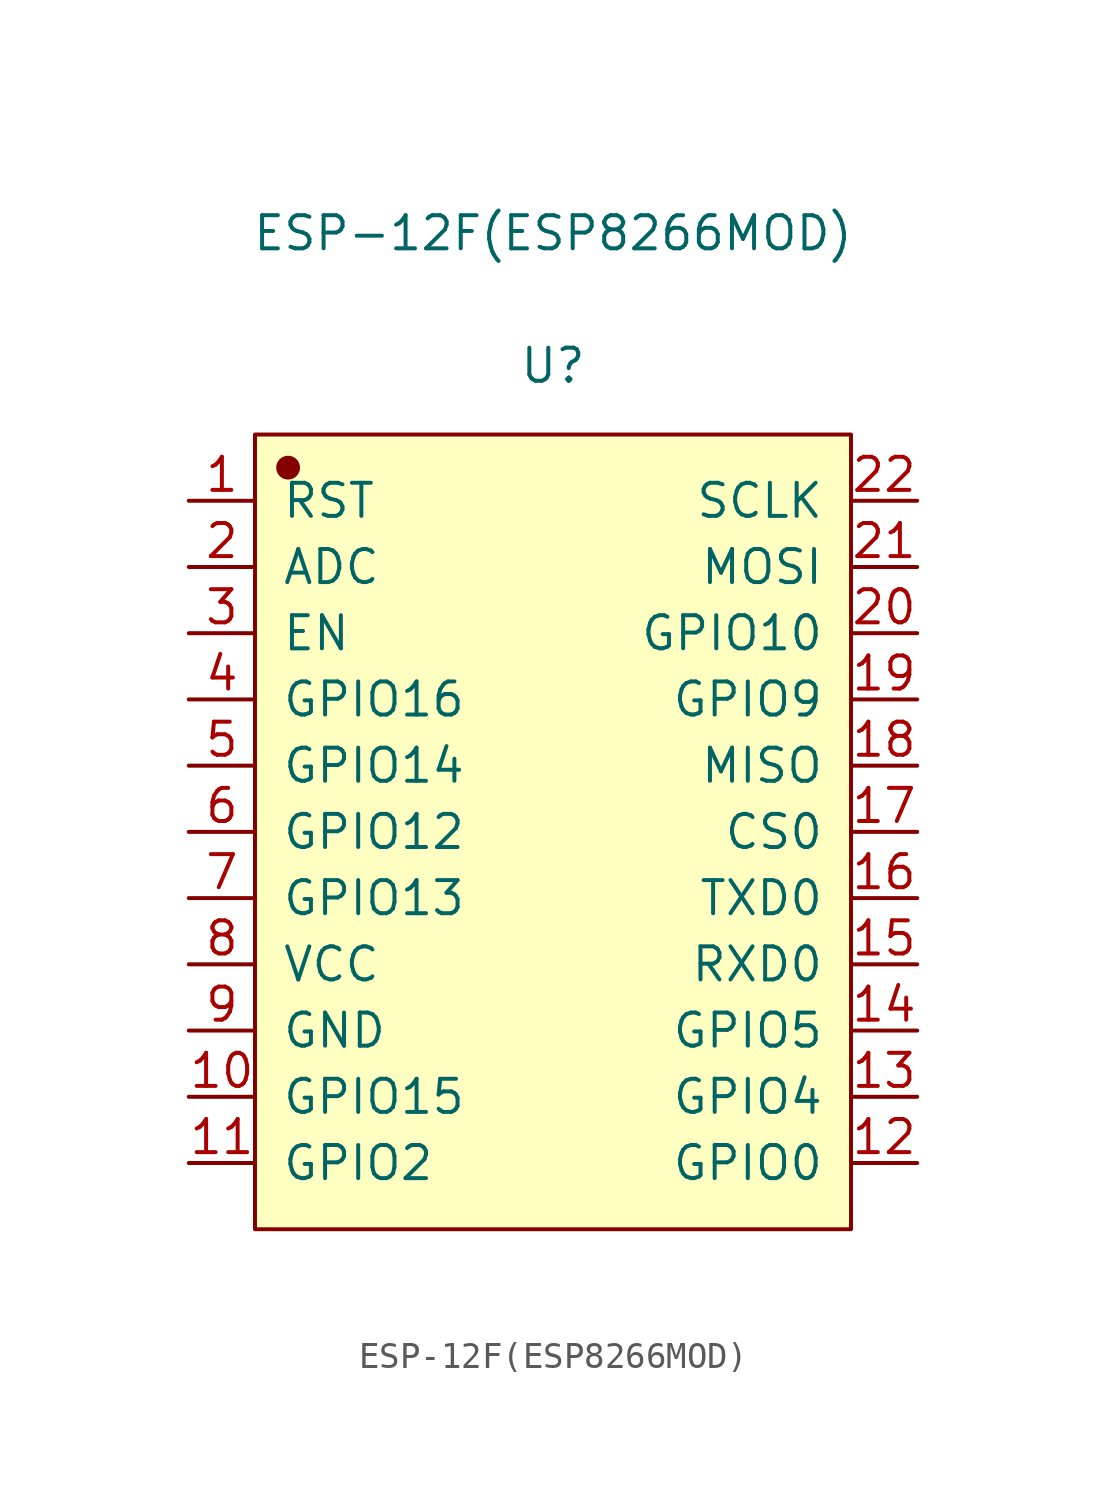
<source format=kicad_sym>
(kicad_symbol_lib
  (version 20211014)
  (generator kicad_symbol_editor)
  (symbol "ESP-12F(ESP8266MOD)"
    (pin_names
      (offset 1.016))
    (property "Reference" "U"
      (at 0 17.882 0)
      (effects (font (size 1.27 1.27))))
    (property "Value" "ESP-12F(ESP8266MOD)"
      (at 0 22.962 0)
      (effects (font (size 1.27 1.27))))
    (symbol "ESP-12F(ESP8266MOD)_1_1"
      (rectangle (start -11.43 15.24) (end 11.43 -15.24) (stroke (width 0.152) (type default) (color 0 0 0 0)) (fill (type background)))
      (circle (center -10.16 13.97) (radius 0.381) (stroke (width 0.152) (type default) (color 0 0 0 0)) (fill (type outline)))
      (pin input line (at -13.97 12.7 0) (length 2.54) (name "RST" (effects (font (size 1.27 1.27)))) (number "1" (effects (font (size 1.27 1.27)))))
      (pin input line (at -13.97 -10.16 0) (length 2.54) (name "GPIO15" (effects (font (size 1.27 1.27)))) (number "10" (effects (font (size 1.27 1.27)))))
      (pin input line (at -13.97 -12.7 0) (length 2.54) (name "GPIO2" (effects (font (size 1.27 1.27)))) (number "11" (effects (font (size 1.27 1.27)))))
      (pin input line (at 13.97 -12.7 180) (length 2.54) (name "GPIO0" (effects (font (size 1.27 1.27)))) (number "12" (effects (font (size 1.27 1.27)))))
      (pin input line (at 13.97 -10.16 180) (length 2.54) (name "GPIO4" (effects (font (size 1.27 1.27)))) (number "13" (effects (font (size 1.27 1.27)))))
      (pin input line (at 13.97 -7.62 180) (length 2.54) (name "GPIO5" (effects (font (size 1.27 1.27)))) (number "14" (effects (font (size 1.27 1.27)))))
      (pin input line (at 13.97 -5.08 180) (length 2.54) (name "RXD0" (effects (font (size 1.27 1.27)))) (number "15" (effects (font (size 1.27 1.27)))))
      (pin input line (at 13.97 -2.54 180) (length 2.54) (name "TXD0" (effects (font (size 1.27 1.27)))) (number "16" (effects (font (size 1.27 1.27)))))
      (pin input line (at 13.97 0 180) (length 2.54) (name "CS0" (effects (font (size 1.27 1.27)))) (number "17" (effects (font (size 1.27 1.27)))))
      (pin input line (at 13.97 2.54 180) (length 2.54) (name "MISO" (effects (font (size 1.27 1.27)))) (number "18" (effects (font (size 1.27 1.27)))))
      (pin input line (at 13.97 5.08 180) (length 2.54) (name "GPIO9" (effects (font (size 1.27 1.27)))) (number "19" (effects (font (size 1.27 1.27)))))
      (pin input line (at -13.97 10.16 0) (length 2.54) (name "ADC" (effects (font (size 1.27 1.27)))) (number "2" (effects (font (size 1.27 1.27)))))
      (pin input line (at 13.97 7.62 180) (length 2.54) (name "GPIO10" (effects (font (size 1.27 1.27)))) (number "20" (effects (font (size 1.27 1.27)))))
      (pin input line (at 13.97 10.16 180) (length 2.54) (name "MOSI" (effects (font (size 1.27 1.27)))) (number "21" (effects (font (size 1.27 1.27)))))
      (pin input line (at 13.97 12.7 180) (length 2.54) (name "SCLK" (effects (font (size 1.27 1.27)))) (number "22" (effects (font (size 1.27 1.27)))))
      (pin input line (at -13.97 7.62 0) (length 2.54) (name "EN" (effects (font (size 1.27 1.27)))) (number "3" (effects (font (size 1.27 1.27)))))
      (pin input line (at -13.97 5.08 0) (length 2.54) (name "GPIO16" (effects (font (size 1.27 1.27)))) (number "4" (effects (font (size 1.27 1.27)))))
      (pin input line (at -13.97 2.54 0) (length 2.54) (name "GPIO14" (effects (font (size 1.27 1.27)))) (number "5" (effects (font (size 1.27 1.27)))))
      (pin input line (at -13.97 0 0) (length 2.54) (name "GPIO12" (effects (font (size 1.27 1.27)))) (number "6" (effects (font (size 1.27 1.27)))))
      (pin input line (at -13.97 -2.54 0) (length 2.54) (name "GPIO13" (effects (font (size 1.27 1.27)))) (number "7" (effects (font (size 1.27 1.27)))))
      (pin input line (at -13.97 -5.08 0) (length 2.54) (name "VCC" (effects (font (size 1.27 1.27)))) (number "8" (effects (font (size 1.27 1.27)))))
      (pin input line (at -13.97 -7.62 0) (length 2.54) (name "GND" (effects (font (size 1.27 1.27)))) (number "9" (effects (font (size 1.27 1.27))))))))
</source>
